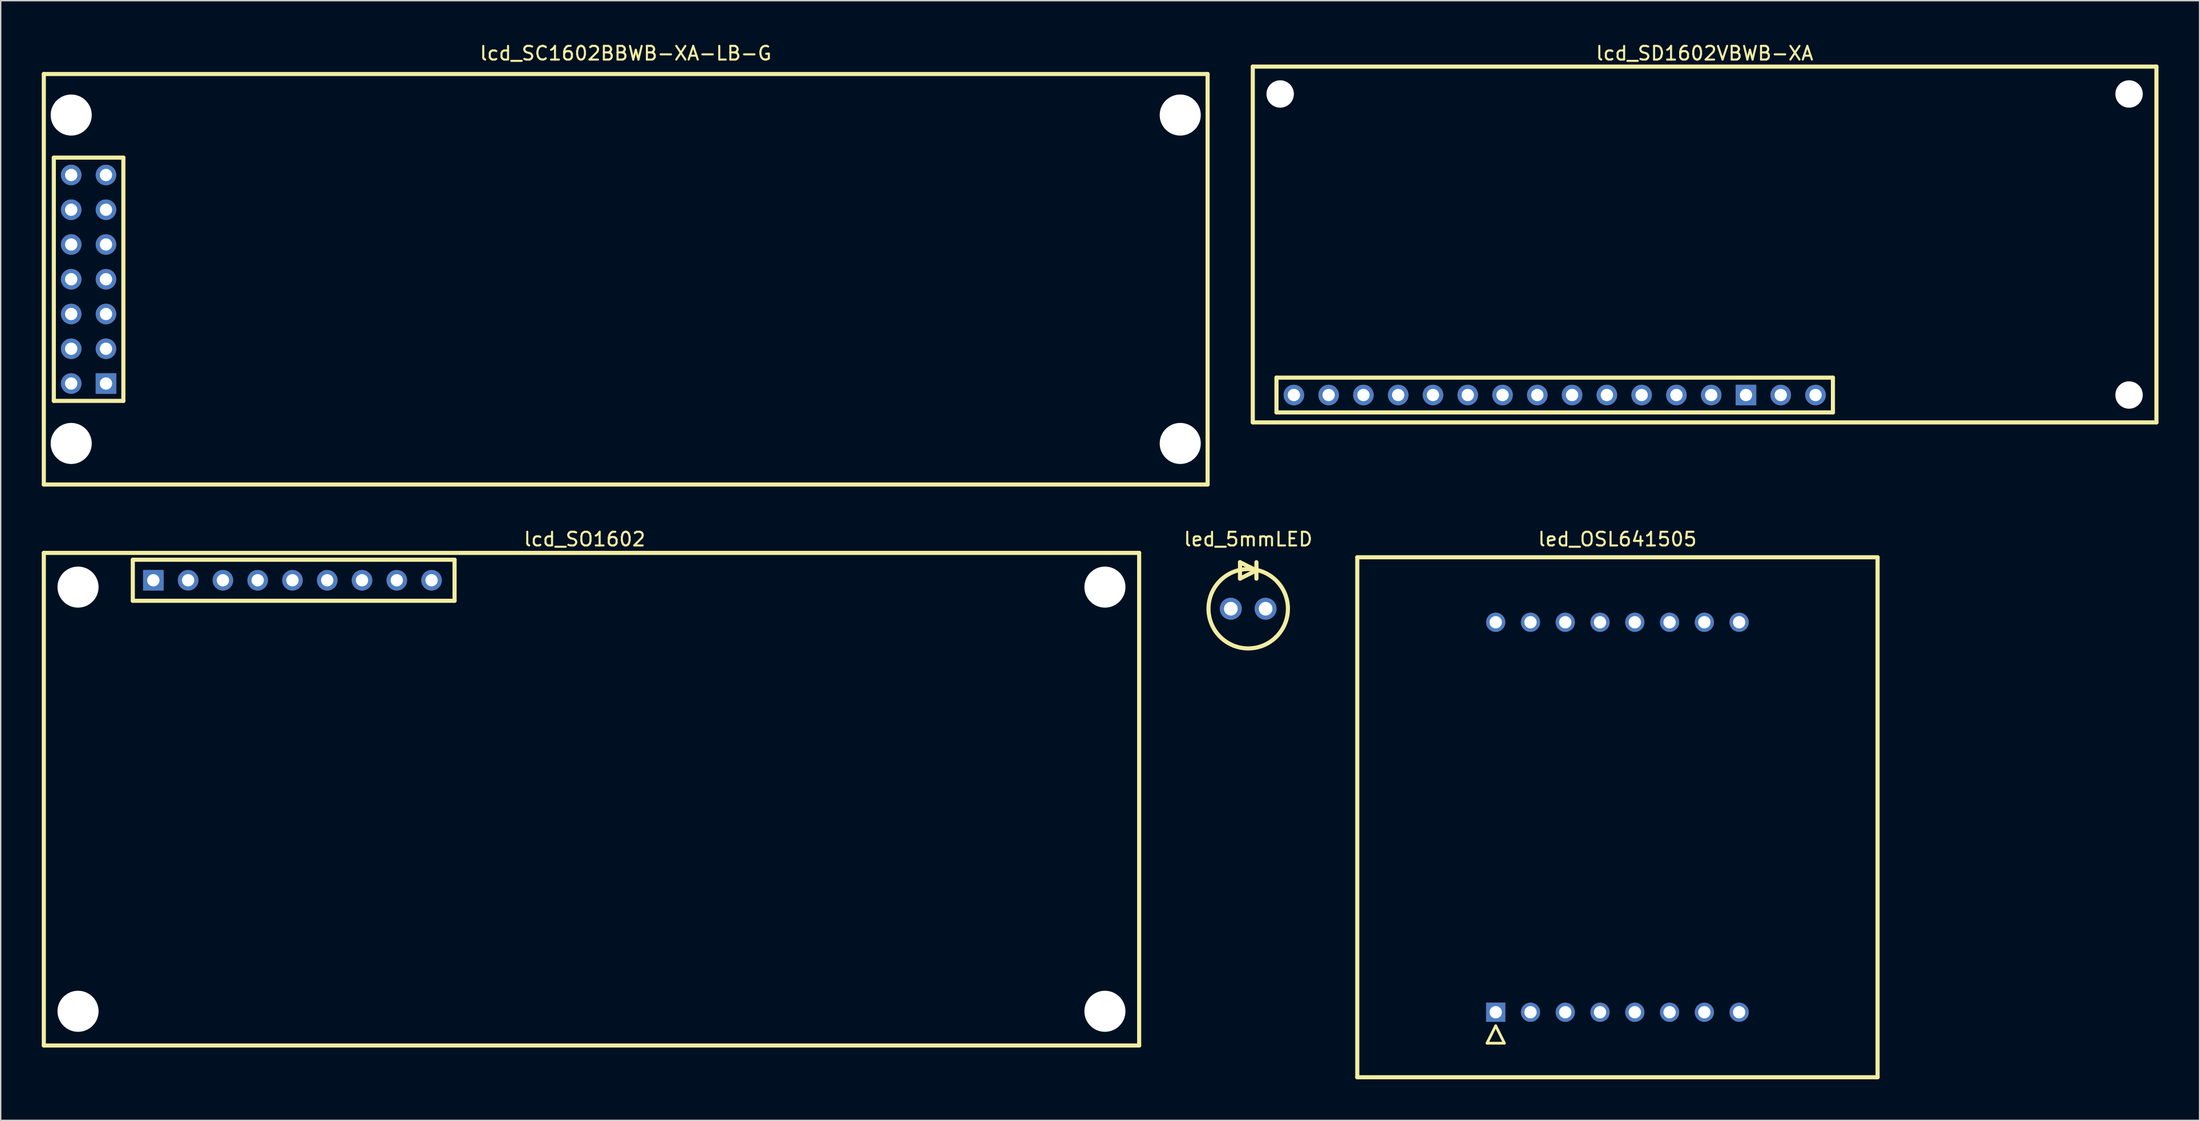
<source format=kicad_pcb>
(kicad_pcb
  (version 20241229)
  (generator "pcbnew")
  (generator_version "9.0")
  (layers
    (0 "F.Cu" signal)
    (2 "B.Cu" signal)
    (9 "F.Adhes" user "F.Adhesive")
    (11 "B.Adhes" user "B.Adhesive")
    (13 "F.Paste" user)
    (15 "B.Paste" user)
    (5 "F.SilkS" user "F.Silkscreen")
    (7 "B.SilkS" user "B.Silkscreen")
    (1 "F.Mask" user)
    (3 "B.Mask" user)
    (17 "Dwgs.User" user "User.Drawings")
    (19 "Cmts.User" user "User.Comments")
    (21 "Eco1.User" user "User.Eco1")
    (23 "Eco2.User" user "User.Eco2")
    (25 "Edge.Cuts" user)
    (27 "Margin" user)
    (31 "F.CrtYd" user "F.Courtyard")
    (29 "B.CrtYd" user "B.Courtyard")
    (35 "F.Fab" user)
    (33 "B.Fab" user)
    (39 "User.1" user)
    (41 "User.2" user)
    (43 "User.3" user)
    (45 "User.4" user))
  (footprint "led_OSL641505"
    (layer "F.Cu")
    (at 115.081 56.676)
    (property "Reference" "led_OSL641505" (at 0 -20.32 0) (layer "F.SilkS") (effects (font (size 1 1) (thickness 0.15))))
    (attr through_hole)
    (fp_line (start -19 -19) (end -19 19) (stroke (width 0.3) (type solid)) (layer "F.SilkS"))
    (fp_line (start -19 19) (end 19 19) (stroke (width 0.3) (type solid)) (layer "F.SilkS"))
    (fp_line (start -9.525 16.51) (end -8.255 16.51) (stroke (width 0.2) (type solid)) (layer "F.SilkS"))
    (fp_line (start -8.89 15.24) (end -9.525 16.51) (stroke (width 0.2) (type solid)) (layer "F.SilkS"))
    (fp_line (start -8.255 16.51) (end -8.89 15.24) (stroke (width 0.2) (type solid)) (layer "F.SilkS"))
    (fp_line (start 19 -19) (end -19 -19) (stroke (width 0.3) (type solid)) (layer "F.SilkS"))
    (fp_line (start 19 19) (end 19 -19) (stroke (width 0.3) (type solid)) (layer "F.SilkS"))
    (pad "1" thru_hole rect (at -8.89 14.25) (size 1.4 1.4) (drill 0.9) (layers "*.Cu" "*.Mask"))
    (pad "2" thru_hole circle (at -6.35 14.25) (size 1.4 1.4) (drill 0.9) (layers "*.Cu" "*.Mask"))
    (pad "3" thru_hole circle (at -3.81 14.25) (size 1.4 1.4) (drill 0.9) (layers "*.Cu" "*.Mask"))
    (pad "4" thru_hole circle (at -1.27 14.25) (size 1.4 1.4) (drill 0.9) (layers "*.Cu" "*.Mask"))
    (pad "5" thru_hole circle (at 1.27 14.25) (size 1.4 1.4) (drill 0.9) (layers "*.Cu" "*.Mask"))
    (pad "6" thru_hole circle (at 3.81 14.25) (size 1.4 1.4) (drill 0.9) (layers "*.Cu" "*.Mask"))
    (pad "7" thru_hole circle (at 6.35 14.25) (size 1.4 1.4) (drill 0.9) (layers "*.Cu" "*.Mask"))
    (pad "8" thru_hole circle (at 8.89 14.25) (size 1.4 1.4) (drill 0.9) (layers "*.Cu" "*.Mask"))
    (pad "9" thru_hole circle (at 8.89 -14.25) (size 1.4 1.4) (drill 0.9) (layers "*.Cu" "*.Mask"))
    (pad "10" thru_hole circle (at 6.35 -14.25) (size 1.4 1.4) (drill 0.9) (layers "*.Cu" "*.Mask"))
    (pad "11" thru_hole circle (at 3.81 -14.25) (size 1.4 1.4) (drill 0.9) (layers "*.Cu" "*.Mask"))
    (pad "12" thru_hole circle (at 1.27 -14.25) (size 1.4 1.4) (drill 0.9) (layers "*.Cu" "*.Mask"))
    (pad "13" thru_hole circle (at -1.27 -14.25) (size 1.4 1.4) (drill 0.9) (layers "*.Cu" "*.Mask"))
    (pad "14" thru_hole circle (at -3.81 -14.25) (size 1.4 1.4) (drill 0.9) (layers "*.Cu" "*.Mask"))
    (pad "15" thru_hole circle (at -6.35 -14.25) (size 1.4 1.4) (drill 0.9) (layers "*.Cu" "*.Mask"))
    (pad "16" thru_hole circle (at -8.89 -14.25) (size 1.4 1.4) (drill 0.9) (layers "*.Cu" "*.Mask")))
  (footprint "lcd_SD1602VBWB-XA"
    (layer "F.Cu")
    (at 121.45 14.818)
    (property "Reference" "lcd_SD1602VBWB-XA" (at 0 -13.97 0) (layer "F.SilkS") (effects (font (size 1 1) (thickness 0.15))))
    (attr through_hole)
    (fp_line (start -33 -13) (end -33 13) (stroke (width 0.3) (type solid)) (layer "F.SilkS"))
    (fp_line (start -33 -13) (end 33 -13) (stroke (width 0.3) (type solid)) (layer "F.SilkS"))
    (fp_line (start -31.27 9.73) (end -31.27 12.27) (stroke (width 0.3) (type solid)) (layer "F.SilkS"))
    (fp_line (start -31.27 12.27) (end 9.37 12.27) (stroke (width 0.3) (type solid)) (layer "F.SilkS"))
    (fp_line (start 9.37 9.73) (end -31.27 9.73) (stroke (width 0.3) (type solid)) (layer "F.SilkS"))
    (fp_line (start 9.37 12.27) (end 9.37 9.73) (stroke (width 0.3) (type solid)) (layer "F.SilkS"))
    (fp_line (start 33 -13) (end 33 13) (stroke (width 0.3) (type solid)) (layer "F.SilkS"))
    (fp_line (start 33 13) (end -33 13) (stroke (width 0.3) (type solid)) (layer "F.SilkS"))
    (pad "" np_thru_hole circle (at -31 -11) (size 2 2) (drill 2) (layers "*.Cu" "*.Mask"))
    (pad "" np_thru_hole circle (at 31 -11) (size 2 2) (drill 2) (layers "*.Cu" "*.Mask"))
    (pad "" np_thru_hole circle (at 31 11) (size 2 2) (drill 2) (layers "*.Cu" "*.Mask"))
    (pad "1" thru_hole rect (at 3.02 11) (size 1.5 1.5) (drill 0.9) (layers "*.Cu" "*.Mask"))
    (pad "2" thru_hole circle (at 0.48 11) (size 1.5 1.5) (drill 0.9) (layers "*.Cu" "*.Mask"))
    (pad "3" thru_hole circle (at -2.06 11) (size 1.5 1.5) (drill 0.9) (layers "*.Cu" "*.Mask"))
    (pad "4" thru_hole circle (at -4.6 11) (size 1.5 1.5) (drill 0.9) (layers "*.Cu" "*.Mask"))
    (pad "5" thru_hole circle (at -7.14 11) (size 1.5 1.5) (drill 0.9) (layers "*.Cu" "*.Mask"))
    (pad "6" thru_hole circle (at -9.68 11) (size 1.5 1.5) (drill 0.9) (layers "*.Cu" "*.Mask"))
    (pad "7" thru_hole circle (at -12.22 11) (size 1.5 1.5) (drill 0.9) (layers "*.Cu" "*.Mask"))
    (pad "8" thru_hole circle (at -14.76 11) (size 1.5 1.5) (drill 0.9) (layers "*.Cu" "*.Mask"))
    (pad "9" thru_hole circle (at -17.3 11) (size 1.5 1.5) (drill 0.9) (layers "*.Cu" "*.Mask"))
    (pad "10" thru_hole circle (at -19.84 11) (size 1.5 1.5) (drill 0.9) (layers "*.Cu" "*.Mask"))
    (pad "11" thru_hole circle (at -22.38 11) (size 1.5 1.5) (drill 0.9) (layers "*.Cu" "*.Mask"))
    (pad "12" thru_hole circle (at -24.92 11) (size 1.5 1.5) (drill 0.9) (layers "*.Cu" "*.Mask"))
    (pad "13" thru_hole circle (at -27.46 11) (size 1.5 1.5) (drill 0.9) (layers "*.Cu" "*.Mask"))
    (pad "14" thru_hole circle (at -30 11) (size 1.5 1.5) (drill 0.9) (layers "*.Cu" "*.Mask"))
    (pad "15" thru_hole circle (at 8.1 11) (size 1.5 1.5) (drill 0.9) (layers "*.Cu" "*.Mask"))
    (pad "16" thru_hole circle (at 5.56 11) (size 1.5 1.5) (drill 0.9) (layers "*.Cu" "*.Mask")))
  (footprint "lcd_SC1602BBWB-XA-LB-G"
    (layer "F.Cu")
    (at 42.65 17.358)
    (property "Reference" "lcd_SC1602BBWB-XA-LB-G" (at 0 -16.51 0) (layer "F.SilkS") (effects (font (size 1 1) (thickness 0.15))))
    (attr through_hole)
    (fp_line (start -42.5 -15) (end -42.5 15) (stroke (width 0.3) (type solid)) (layer "F.SilkS"))
    (fp_line (start -42.5 15) (end 42.5 15) (stroke (width 0.3) (type solid)) (layer "F.SilkS"))
    (fp_line (start -41.77 -8.89) (end -41.77 8.89) (stroke (width 0.3) (type solid)) (layer "F.SilkS"))
    (fp_line (start -41.77 8.89) (end -36.69 8.89) (stroke (width 0.3) (type solid)) (layer "F.SilkS"))
    (fp_line (start -36.69 -8.89) (end -41.77 -8.89) (stroke (width 0.3) (type solid)) (layer "F.SilkS"))
    (fp_line (start -36.69 8.89) (end -36.69 -8.89) (stroke (width 0.3) (type solid)) (layer "F.SilkS"))
    (fp_line (start 42.5 -15) (end -42.5 -15) (stroke (width 0.3) (type solid)) (layer "F.SilkS"))
    (fp_line (start 42.5 15) (end 42.5 -15) (stroke (width 0.3) (type solid)) (layer "F.SilkS"))
    (pad "" np_thru_hole circle (at -40.5 -12) (size 3 3) (drill 3) (layers "*.Cu" "*.Mask"))
    (pad "" np_thru_hole circle (at -40.5 12) (size 3 3) (drill 3) (layers "*.Cu" "*.Mask"))
    (pad "" np_thru_hole circle (at 40.5 -12) (size 3 3) (drill 3) (layers "*.Cu" "*.Mask"))
    (pad "" np_thru_hole circle (at 40.5 12) (size 3 3) (drill 3) (layers "*.Cu" "*.Mask"))
    (pad "1" thru_hole rect (at -37.96 7.62) (size 1.5 1.5) (drill 0.9) (layers "*.Cu" "*.Mask"))
    (pad "2" thru_hole circle (at -40.5 7.62) (size 1.5 1.5) (drill 0.9) (layers "*.Cu" "*.Mask"))
    (pad "3" thru_hole circle (at -37.96 5.08) (size 1.5 1.5) (drill 0.9) (layers "*.Cu" "*.Mask"))
    (pad "4" thru_hole circle (at -40.5 5.08) (size 1.5 1.5) (drill 0.9) (layers "*.Cu" "*.Mask"))
    (pad "5" thru_hole circle (at -37.96 2.54) (size 1.5 1.5) (drill 0.9) (layers "*.Cu" "*.Mask"))
    (pad "6" thru_hole circle (at -40.5 2.54) (size 1.5 1.5) (drill 0.9) (layers "*.Cu" "*.Mask"))
    (pad "7" thru_hole circle (at -37.96 0) (size 1.5 1.5) (drill 0.9) (layers "*.Cu" "*.Mask"))
    (pad "8" thru_hole circle (at -40.5 0) (size 1.5 1.5) (drill 0.9) (layers "*.Cu" "*.Mask"))
    (pad "9" thru_hole circle (at -37.96 -2.54) (size 1.5 1.5) (drill 0.9) (layers "*.Cu" "*.Mask"))
    (pad "10" thru_hole circle (at -40.5 -2.54) (size 1.5 1.5) (drill 0.9) (layers "*.Cu" "*.Mask"))
    (pad "11" thru_hole circle (at -37.96 -5.08) (size 1.5 1.5) (drill 0.9) (layers "*.Cu" "*.Mask"))
    (pad "12" thru_hole circle (at -40.5 -5.08) (size 1.5 1.5) (drill 0.9) (layers "*.Cu" "*.Mask"))
    (pad "13" thru_hole circle (at -37.96 -7.62) (size 1.5 1.5) (drill 0.9) (layers "*.Cu" "*.Mask"))
    (pad "14" thru_hole circle (at -40.5 -7.62) (size 1.5 1.5) (drill 0.9) (layers "*.Cu" "*.Mask")))
  (footprint "led_5mmLED"
    (layer "F.Cu")
    (at 88.115 41.437)
    (property "Reference" "led_5mmLED" (at 0 -5.08 0) (layer "F.SilkS") (effects (font (size 1 1) (thickness 0.15))))
    (attr through_hole)
    (fp_line (start -0.6 -3.4) (end -0.6 -2.2) (stroke (width 0.3) (type solid)) (layer "F.SilkS"))
    (fp_line (start -0.6 -2.2) (end 0.6 -2.8) (stroke (width 0.3) (type solid)) (layer "F.SilkS"))
    (fp_line (start 0.6 -3.4) (end 0.6 -2.2) (stroke (width 0.3) (type solid)) (layer "F.SilkS"))
    (fp_line (start 0.6 -2.8) (end -0.6 -3.4) (stroke (width 0.3) (type solid)) (layer "F.SilkS"))
    (fp_circle (center 0 0) (end 2.9 0) (stroke (width 0.3) (type solid)) (fill no) (layer "F.SilkS"))
    (pad "1" thru_hole circle (at -1.27 0) (size 1.6 1.6) (drill 1) (layers "*.Cu" "*.Mask"))
    (pad "2" thru_hole circle (at 1.27 0) (size 1.6 1.6) (drill 1) (layers "*.Cu" "*.Mask")))
  (footprint "lcd_SO1602"
    (layer "F.Cu")
    (at 40.15 55.356)
    (property "Reference" "lcd_SO1602" (at -0.5 -19 0) (layer "F.SilkS") (effects (font (size 1 1) (thickness 0.15))))
    (attr through_hole)
    (fp_line (start -40 -18) (end 40 -18) (stroke (width 0.3) (type solid)) (layer "F.SilkS"))
    (fp_line (start -40 18) (end -40 -18) (stroke (width 0.3) (type solid)) (layer "F.SilkS"))
    (fp_line (start -33.5 -17.5) (end -33.5 -14.5) (stroke (width 0.3) (type solid)) (layer "F.SilkS"))
    (fp_line (start -33.5 -14.5) (end -10 -14.5) (stroke (width 0.3) (type solid)) (layer "F.SilkS"))
    (fp_line (start -10 -17.5) (end -33.5 -17.5) (stroke (width 0.3) (type solid)) (layer "F.SilkS"))
    (fp_line (start -10 -14.5) (end -10 -17.5) (stroke (width 0.3) (type solid)) (layer "F.SilkS"))
    (fp_line (start 40 -18) (end 40 18) (stroke (width 0.3) (type solid)) (layer "F.SilkS"))
    (fp_line (start 40 18) (end -40 18) (stroke (width 0.3) (type solid)) (layer "F.SilkS"))
    (pad "" np_thru_hole circle (at -37.5 -15.5) (size 3 3) (drill 3) (layers "*.Cu" "*.Mask"))
    (pad "" np_thru_hole circle (at -37.5 15.5) (size 3 3) (drill 3) (layers "*.Cu" "*.Mask"))
    (pad "" np_thru_hole circle (at 37.5 -15.5) (size 3 3) (drill 3) (layers "*.Cu" "*.Mask"))
    (pad "" np_thru_hole circle (at 37.5 15.5) (size 3 3) (drill 3) (layers "*.Cu" "*.Mask"))
    (pad "1" thru_hole rect (at -32 -16) (size 1.5 1.5) (drill 0.9) (layers "*.Cu" "*.Mask"))
    (pad "2" thru_hole circle (at -29.46 -16) (size 1.5 1.5) (drill 0.9) (layers "*.Cu" "*.Mask"))
    (pad "3" thru_hole circle (at -26.92 -16) (size 1.5 1.5) (drill 0.9) (layers "*.Cu" "*.Mask"))
    (pad "4" thru_hole circle (at -24.38 -16) (size 1.5 1.5) (drill 0.9) (layers "*.Cu" "*.Mask"))
    (pad "5" thru_hole circle (at -21.84 -16) (size 1.5 1.5) (drill 0.9) (layers "*.Cu" "*.Mask"))
    (pad "6" thru_hole circle (at -19.3 -16) (size 1.5 1.5) (drill 0.9) (layers "*.Cu" "*.Mask"))
    (pad "7" thru_hole circle (at -16.76 -16) (size 1.5 1.5) (drill 0.9) (layers "*.Cu" "*.Mask"))
    (pad "8" thru_hole circle (at -14.22 -16) (size 1.5 1.5) (drill 0.9) (layers "*.Cu" "*.Mask"))
    (pad "9" thru_hole circle (at -11.68 -16) (size 1.5 1.5) (drill 0.9) (layers "*.Cu" "*.Mask")))
  (gr_rect
    (start -3 -3)
    (end 157.6 78.826)
    (stroke (width 0.1) (type default))
    (fill no)
    (layer "Edge.Cuts")))
</source>
